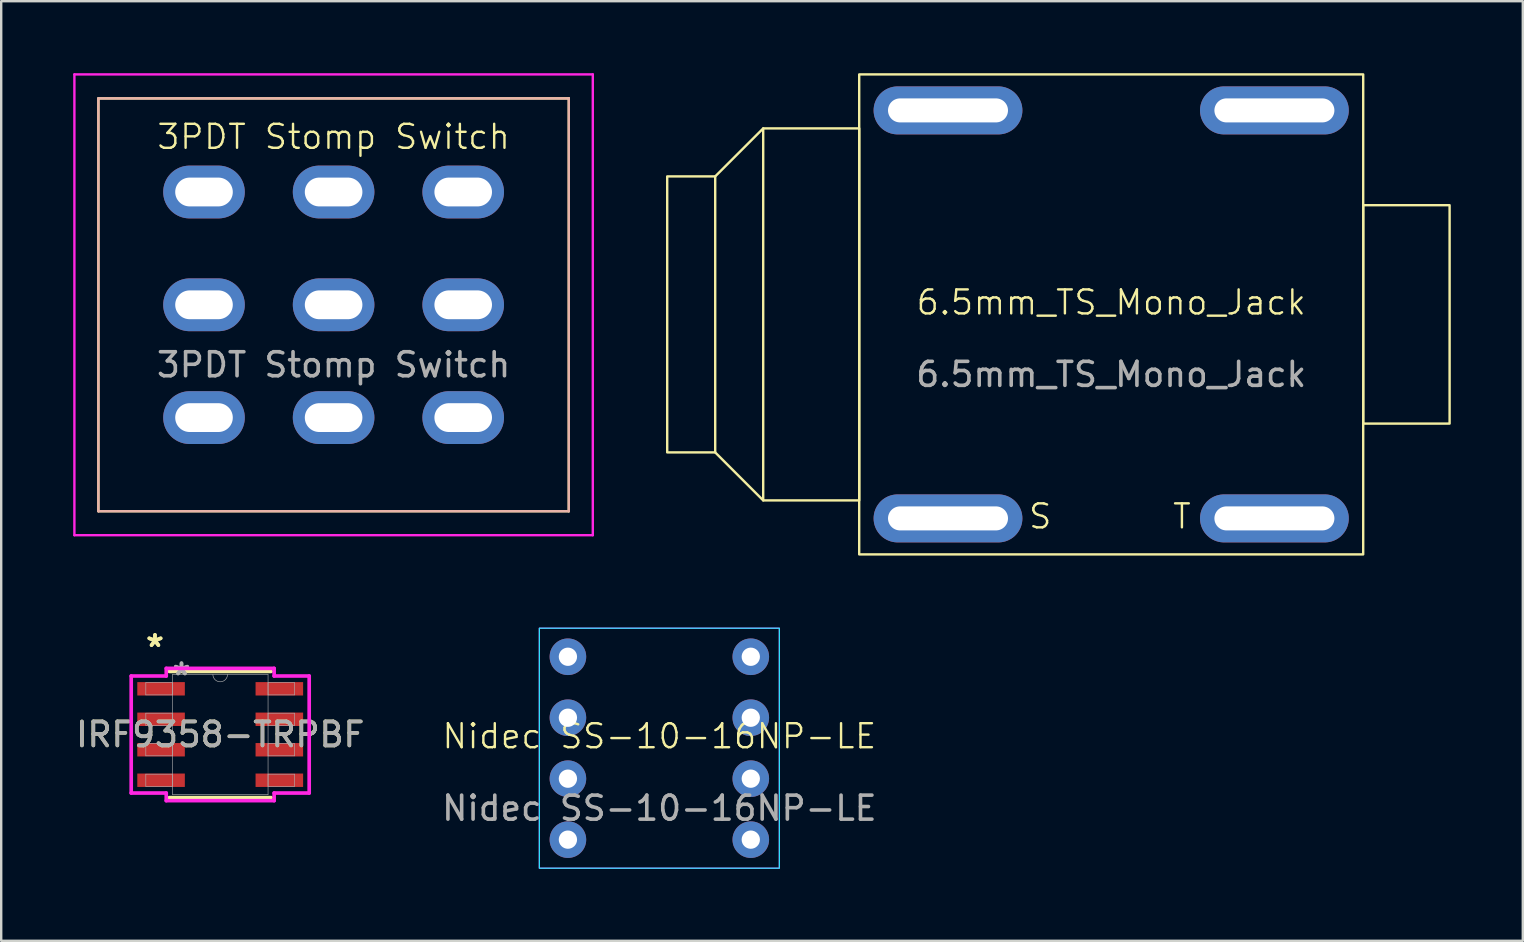
<source format=kicad_pcb>
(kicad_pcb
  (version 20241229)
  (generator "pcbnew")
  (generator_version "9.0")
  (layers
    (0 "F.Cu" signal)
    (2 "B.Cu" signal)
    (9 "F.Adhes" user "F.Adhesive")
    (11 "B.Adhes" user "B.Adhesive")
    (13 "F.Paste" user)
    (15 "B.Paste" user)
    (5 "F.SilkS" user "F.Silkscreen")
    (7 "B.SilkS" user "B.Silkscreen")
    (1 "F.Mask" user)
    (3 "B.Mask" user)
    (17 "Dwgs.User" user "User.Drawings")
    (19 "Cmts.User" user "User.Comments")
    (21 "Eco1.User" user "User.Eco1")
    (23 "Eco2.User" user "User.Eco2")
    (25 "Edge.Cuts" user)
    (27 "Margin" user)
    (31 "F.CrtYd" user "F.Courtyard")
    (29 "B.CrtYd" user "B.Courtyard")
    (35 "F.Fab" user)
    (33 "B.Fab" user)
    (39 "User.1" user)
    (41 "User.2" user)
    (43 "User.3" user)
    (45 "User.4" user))
  (footprint "IRF9358-TRPBF"
    (layer "F.Cu")
    (at 6.125 27.555)
    (property "Reference" "IRF9358-TRPBF" (at 0 0 0) (unlocked yes) (layer "F.SilkS") (effects (font (size 1 1) (thickness 0.15))))
    (attr smd)
    (fp_line (start -2.121 2.629) (end 2.121 2.629) (stroke (width 0.152) (type solid)) (layer "F.SilkS"))
    (fp_line (start 2.121 -2.629) (end -2.121 -2.629) (stroke (width 0.152) (type solid)) (layer "F.SilkS"))
    (fp_line (start -3.708 -2.438) (end -2.248 -2.438) (stroke (width 0.152) (type solid)) (layer "F.CrtYd"))
    (fp_line (start -3.708 2.438) (end -3.708 -2.438) (stroke (width 0.152) (type solid)) (layer "F.CrtYd"))
    (fp_line (start -3.708 2.438) (end -2.248 2.438) (stroke (width 0.152) (type solid)) (layer "F.CrtYd"))
    (fp_line (start -2.248 -2.756) (end 2.248 -2.756) (stroke (width 0.152) (type solid)) (layer "F.CrtYd"))
    (fp_line (start -2.248 -2.438) (end -2.248 -2.756) (stroke (width 0.152) (type solid)) (layer "F.CrtYd"))
    (fp_line (start -2.248 2.756) (end -2.248 2.438) (stroke (width 0.152) (type solid)) (layer "F.CrtYd"))
    (fp_line (start 2.248 -2.756) (end 2.248 -2.438) (stroke (width 0.152) (type solid)) (layer "F.CrtYd"))
    (fp_line (start 2.248 2.438) (end 2.248 2.756) (stroke (width 0.152) (type solid)) (layer "F.CrtYd"))
    (fp_line (start 2.248 2.756) (end -2.248 2.756) (stroke (width 0.152) (type solid)) (layer "F.CrtYd"))
    (fp_line (start 3.708 -2.438) (end 2.248 -2.438) (stroke (width 0.152) (type solid)) (layer "F.CrtYd"))
    (fp_line (start 3.708 -2.438) (end 3.708 2.438) (stroke (width 0.152) (type solid)) (layer "F.CrtYd"))
    (fp_line (start 3.708 2.438) (end 2.248 2.438) (stroke (width 0.152) (type solid)) (layer "F.CrtYd"))
    (fp_line (start -3.099 -2.159) (end -3.099 -1.651) (stroke (width 0.025) (type solid)) (layer "F.Fab"))
    (fp_line (start -3.099 -1.651) (end -1.994 -1.651) (stroke (width 0.025) (type solid)) (layer "F.Fab"))
    (fp_line (start -3.099 -0.889) (end -3.099 -0.381) (stroke (width 0.025) (type solid)) (layer "F.Fab"))
    (fp_line (start -3.099 -0.381) (end -1.994 -0.381) (stroke (width 0.025) (type solid)) (layer "F.Fab"))
    (fp_line (start -3.099 0.381) (end -3.099 0.889) (stroke (width 0.025) (type solid)) (layer "F.Fab"))
    (fp_line (start -3.099 0.889) (end -1.994 0.889) (stroke (width 0.025) (type solid)) (layer "F.Fab"))
    (fp_line (start -3.099 1.651) (end -3.099 2.159) (stroke (width 0.025) (type solid)) (layer "F.Fab"))
    (fp_line (start -3.099 2.159) (end -1.994 2.159) (stroke (width 0.025) (type solid)) (layer "F.Fab"))
    (fp_line (start -1.994 -2.502) (end -1.994 2.502) (stroke (width 0.025) (type solid)) (layer "F.Fab"))
    (fp_line (start -1.994 -2.159) (end -3.099 -2.159) (stroke (width 0.025) (type solid)) (layer "F.Fab"))
    (fp_line (start -1.994 -1.651) (end -1.994 -2.159) (stroke (width 0.025) (type solid)) (layer "F.Fab"))
    (fp_line (start -1.994 -0.889) (end -3.099 -0.889) (stroke (width 0.025) (type solid)) (layer "F.Fab"))
    (fp_line (start -1.994 -0.381) (end -1.994 -0.889) (stroke (width 0.025) (type solid)) (layer "F.Fab"))
    (fp_line (start -1.994 0.381) (end -3.099 0.381) (stroke (width 0.025) (type solid)) (layer "F.Fab"))
    (fp_line (start -1.994 0.889) (end -1.994 0.381) (stroke (width 0.025) (type solid)) (layer "F.Fab"))
    (fp_line (start -1.994 1.651) (end -3.099 1.651) (stroke (width 0.025) (type solid)) (layer "F.Fab"))
    (fp_line (start -1.994 2.159) (end -1.994 1.651) (stroke (width 0.025) (type solid)) (layer "F.Fab"))
    (fp_line (start -1.994 2.502) (end 1.994 2.502) (stroke (width 0.025) (type solid)) (layer "F.Fab"))
    (fp_line (start 1.994 -2.502) (end -1.994 -2.502) (stroke (width 0.025) (type solid)) (layer "F.Fab"))
    (fp_line (start 1.994 -2.159) (end 1.994 -1.651) (stroke (width 0.025) (type solid)) (layer "F.Fab"))
    (fp_line (start 1.994 -1.651) (end 3.099 -1.651) (stroke (width 0.025) (type solid)) (layer "F.Fab"))
    (fp_line (start 1.994 -0.889) (end 1.994 -0.381) (stroke (width 0.025) (type solid)) (layer "F.Fab"))
    (fp_line (start 1.994 -0.381) (end 3.099 -0.381) (stroke (width 0.025) (type solid)) (layer "F.Fab"))
    (fp_line (start 1.994 0.381) (end 1.994 0.889) (stroke (width 0.025) (type solid)) (layer "F.Fab"))
    (fp_line (start 1.994 0.889) (end 3.099 0.889) (stroke (width 0.025) (type solid)) (layer "F.Fab"))
    (fp_line (start 1.994 1.651) (end 1.994 2.159) (stroke (width 0.025) (type solid)) (layer "F.Fab"))
    (fp_line (start 1.994 2.159) (end 3.099 2.159) (stroke (width 0.025) (type solid)) (layer "F.Fab"))
    (fp_line (start 1.994 2.502) (end 1.994 -2.502) (stroke (width 0.025) (type solid)) (layer "F.Fab"))
    (fp_line (start 3.099 -2.159) (end 1.994 -2.159) (stroke (width 0.025) (type solid)) (layer "F.Fab"))
    (fp_line (start 3.099 -1.651) (end 3.099 -2.159) (stroke (width 0.025) (type solid)) (layer "F.Fab"))
    (fp_line (start 3.099 -0.889) (end 1.994 -0.889) (stroke (width 0.025) (type solid)) (layer "F.Fab"))
    (fp_line (start 3.099 -0.381) (end 3.099 -0.889) (stroke (width 0.025) (type solid)) (layer "F.Fab"))
    (fp_line (start 3.099 0.381) (end 1.994 0.381) (stroke (width 0.025) (type solid)) (layer "F.Fab"))
    (fp_line (start 3.099 0.889) (end 3.099 0.381) (stroke (width 0.025) (type solid)) (layer "F.Fab"))
    (fp_line (start 3.099 1.651) (end 1.994 1.651) (stroke (width 0.025) (type solid)) (layer "F.Fab"))
    (fp_line (start 3.099 2.159) (end 3.099 1.651) (stroke (width 0.025) (type solid)) (layer "F.Fab"))
    (fp_arc (start 0.3048 -2.5019) (mid 0 -2.1971) (end -0.3048 -2.5019) (stroke (width 0.0254) (type solid)) (layer "F.Fab"))
    (fp_text user "*" (at -2.718 -3.607 0) (unlocked yes) (layer "F.SilkS") (effects (font (size 1 1) (thickness 0.15))))
    (fp_text user "*" (at -2.718 -3.607 0) (layer "F.SilkS") (effects (font (size 1 1) (thickness 0.15))))
    (fp_text user "${REFERENCE}" (at 0 0 0) (unlocked yes) (layer "F.Fab") (effects (font (size 1 1) (thickness 0.15))))
    (fp_text user "*" (at -1.613 -2.426 0) (unlocked yes) (layer "F.Fab") (effects (font (size 1 1) (thickness 0.15))))
    (fp_text user "*" (at -1.613 -2.426 0) (layer "F.Fab") (effects (font (size 1 1) (thickness 0.15))))
    (pad "1" smd rect (at -2.464 -1.905) (size 1.981 0.559) (layers "F.Cu" "F.Mask" "F.Paste"))
    (pad "2" smd rect (at -2.464 -0.635) (size 1.981 0.559) (layers "F.Cu" "F.Mask" "F.Paste"))
    (pad "3" smd rect (at -2.464 0.635) (size 1.981 0.559) (layers "F.Cu" "F.Mask" "F.Paste"))
    (pad "4" smd rect (at -2.464 1.905) (size 1.981 0.559) (layers "F.Cu" "F.Mask" "F.Paste"))
    (pad "5" smd rect (at 2.464 1.905) (size 1.981 0.559) (layers "F.Cu" "F.Mask" "F.Paste"))
    (pad "6" smd rect (at 2.464 0.635) (size 1.981 0.559) (layers "F.Cu" "F.Mask" "F.Paste"))
    (pad "7" smd rect (at 2.464 -0.635) (size 1.981 0.559) (layers "F.Cu" "F.Mask" "F.Paste"))
    (pad "8" smd rect (at 2.464 -1.905) (size 1.981 0.559) (layers "F.Cu" "F.Mask" "F.Paste")))
  (footprint "Nidec SS-10-16NP-LE"
    (layer "F.Cu")
    (at 24.423 28.125)
    (property "Reference" "Nidec SS-10-16NP-LE" (at 0 -0.5 0) (unlocked yes) (layer "F.SilkS") (effects (font (size 1 1) (thickness 0.1))))
    (attr through_hole)
    (fp_rect (start -5 -5) (end 5 5) (stroke (width 0.05) (type default)) (fill no) (layer "B.CrtYd"))
    (fp_rect (start -5 -5) (end 5 5) (stroke (width 0.05) (type default)) (fill no) (layer "F.CrtYd"))
    (fp_text user "${REFERENCE}" (at 0 2.5 0) (unlocked yes) (layer "F.Fab") (effects (font (size 1 1) (thickness 0.15))))
    (pad "1" thru_hole circle (at -3.81 -3.81) (size 1.524 1.524) (drill 0.762) (layers "*.Cu" "*.Mask"))
    (pad "2" thru_hole circle (at -3.81 1.27) (size 1.524 1.524) (drill 0.762) (layers "*.Cu" "*.Mask"))
    (pad "3" thru_hole circle (at -3.81 3.81) (size 1.524 1.524) (drill 0.762) (layers "*.Cu" "*.Mask"))
    (pad "4" thru_hole circle (at 3.81 -3.81) (size 1.524 1.524) (drill 0.762) (layers "*.Cu" "*.Mask"))
    (pad "5" thru_hole circle (at 3.81 -1.27) (size 1.524 1.524) (drill 0.762) (layers "*.Cu" "*.Mask"))
    (pad "6" thru_hole circle (at 3.81 3.81) (size 1.524 1.524) (drill 0.762) (layers "*.Cu" "*.Mask"))
    (pad "c" thru_hole circle (at -3.81 -1.27) (size 1.524 1.524) (drill 0.762) (layers "*.Cu" "*.Mask"))
    (pad "c" thru_hole circle (at 3.81 1.27) (size 1.524 1.524) (drill 0.762) (layers "*.Cu" "*.Mask")))
  (footprint "3PDT Stomp Switch"
    (layer "F.Cu")
    (at 10.85 9.65)
    (property "Reference" "3PDT Stomp Switch" (at 0 -7 0) (unlocked yes) (layer "F.SilkS") (effects (font (size 1 1) (thickness 0.1))))
    (attr through_hole)
    (fp_line (start -9.8 -8.6) (end -9.8 8.6) (stroke (width 0.1) (type default)) (layer "F.SilkS"))
    (fp_line (start -9.8 -8.6) (end 9.8 -8.6) (stroke (width 0.1) (type default)) (layer "F.SilkS"))
    (fp_line (start -9.8 8.6) (end 9.8 8.6) (stroke (width 0.1) (type default)) (layer "F.SilkS"))
    (fp_line (start 9.8 -8.6) (end 9.8 8.6) (stroke (width 0.1) (type default)) (layer "F.SilkS"))
    (fp_line (start -9.8 -8.6) (end -9.8 8.6) (stroke (width 0.1) (type default)) (layer "B.SilkS"))
    (fp_line (start -9.8 -8.6) (end 9.8 -8.6) (stroke (width 0.1) (type default)) (layer "B.SilkS"))
    (fp_line (start -9.8 8.6) (end 9.8 8.6) (stroke (width 0.1) (type default)) (layer "B.SilkS"))
    (fp_line (start 9.8 -8.6) (end 9.8 8.6) (stroke (width 0.1) (type default)) (layer "B.SilkS"))
    (fp_line (start -10.8 -9.6) (end -10.8 9.6) (stroke (width 0.1) (type default)) (layer "F.CrtYd"))
    (fp_line (start -10.8 -9.6) (end 10.8 -9.6) (stroke (width 0.1) (type default)) (layer "F.CrtYd"))
    (fp_line (start -10.8 9.6) (end 10.8 9.6) (stroke (width 0.1) (type default)) (layer "F.CrtYd"))
    (fp_line (start 10.8 -9.6) (end 10.8 9.6) (stroke (width 0.1) (type default)) (layer "F.CrtYd"))
    (fp_text user "${REFERENCE}" (at 0 2.5 0) (unlocked yes) (layer "F.Fab") (effects (font (size 1 1) (thickness 0.15))))
    (pad "1" thru_hole oval (at -5.4 -4.7) (size 3.4 2.2) (drill oval 2.4 1.2) (layers "*.Cu" "*.Mask"))
    (pad "2" thru_hole oval (at 0 -4.7) (size 3.4 2.2) (drill oval 2.4 1.2) (layers "*.Cu" "*.Mask"))
    (pad "3" thru_hole oval (at 5.4 -4.7) (size 3.4 2.2) (drill oval 2.4 1.2) (layers "*.Cu" "*.Mask"))
    (pad "4" thru_hole oval (at -5.4 0) (size 3.4 2.2) (drill oval 2.4 1.2) (layers "*.Cu" "*.Mask"))
    (pad "5" thru_hole oval (at 0 0) (size 3.4 2.2) (drill oval 2.4 1.2) (layers "*.Cu" "*.Mask"))
    (pad "6" thru_hole oval (at 5.4 0) (size 3.4 2.2) (drill oval 2.4 1.2) (layers "*.Cu" "*.Mask"))
    (pad "7" thru_hole oval (at -5.4 4.7) (size 3.4 2.2) (drill oval 2.4 1.2) (layers "*.Cu" "*.Mask"))
    (pad "8" thru_hole oval (at 0 4.7) (size 3.4 2.2) (drill oval 2.4 1.2) (layers "*.Cu" "*.Mask"))
    (pad "9" thru_hole oval (at 5.4 4.7) (size 3.4 2.2) (drill oval 2.4 1.2) (layers "*.Cu" "*.Mask")))
  (footprint "6.5mm_TS_Mono_Jack"
    (layer "F.Cu")
    (at 43.25 10.05)
    (property "Reference" "6.5mm_TS_Mono_Jack" (at 0 -0.5 0) (unlocked yes) (layer "F.SilkS") (effects (font (size 1 1) (thickness 0.1))))
    (attr through_hole)
    (fp_line (start -16.5 -5.75) (end -14.5 -7.75) (stroke (width 0.1) (type default)) (layer "F.SilkS"))
    (fp_line (start -14.5 7.75) (end -16.5 5.75) (stroke (width 0.1) (type default)) (layer "F.SilkS"))
    (fp_rect (start -18.5 -5.75) (end -16.5 5.75) (stroke (width 0.1) (type default)) (fill no) (layer "F.SilkS"))
    (fp_rect (start -14.5 -7.75) (end -10.5 7.75) (stroke (width 0.1) (type default)) (fill no) (layer "F.SilkS"))
    (fp_rect (start -10.5 -10) (end 10.5 10) (stroke (width 0.1) (type default)) (fill no) (layer "F.SilkS"))
    (fp_rect (start 10.5 -4.55) (end 14.1 4.55) (stroke (width 0.1) (type default)) (fill no) (layer "F.SilkS"))
    (fp_text user "T" (at 2.5 9 0) (unlocked yes) (layer "F.SilkS") (effects (font (size 1 1) (thickness 0.1)) (justify left bottom)))
    (fp_text user "S" (at -3.5 9 0) (unlocked yes) (layer "F.SilkS") (effects (font (size 1 1) (thickness 0.1)) (justify left bottom)))
    (fp_text user "${REFERENCE}" (at 0 2.5 0) (unlocked yes) (layer "F.Fab") (effects (font (size 1 1) (thickness 0.15))))
    (pad "1" thru_hole oval (at -6.8 8.5) (size 6.2 2) (drill oval 5 1) (layers "*.Cu" "*.Mask"))
    (pad "2" thru_hole oval (at 6.8 8.5) (size 6.2 2) (drill oval 5 1) (layers "*.Cu" "*.Mask"))
    (pad "3" thru_hole oval (at -6.8 -8.5) (size 6.2 2) (drill oval 5 1) (layers "*.Cu" "*.Mask"))
    (pad "4" thru_hole oval (at 6.8 -8.5) (size 6.2 2) (drill oval 5 1) (layers "*.Cu" "*.Mask")))
  (gr_rect
    (start -3 -3)
    (end 60.4 36.15)
    (stroke (width 0.1) (type default))
    (fill no)
    (layer "Edge.Cuts")))
</source>
